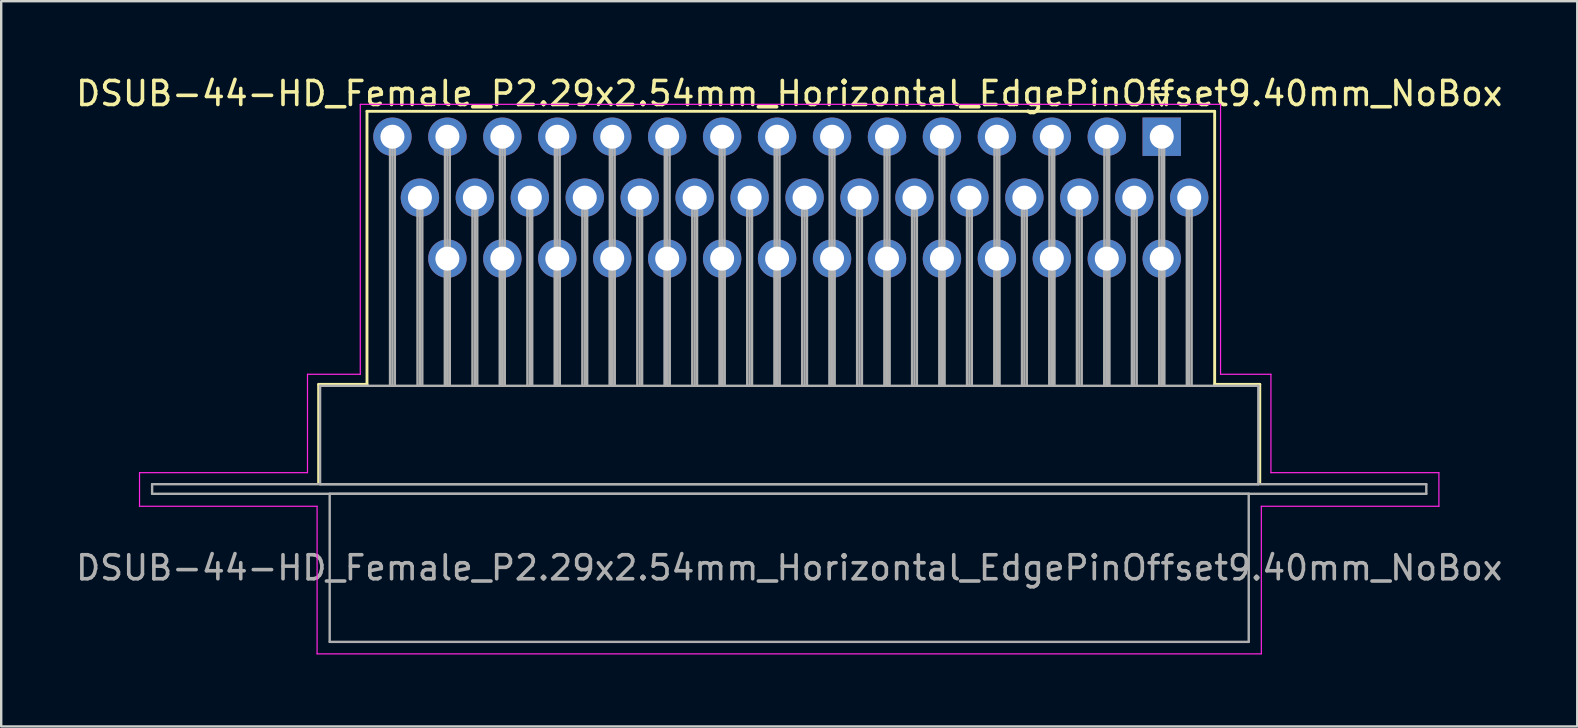
<source format=kicad_pcb>
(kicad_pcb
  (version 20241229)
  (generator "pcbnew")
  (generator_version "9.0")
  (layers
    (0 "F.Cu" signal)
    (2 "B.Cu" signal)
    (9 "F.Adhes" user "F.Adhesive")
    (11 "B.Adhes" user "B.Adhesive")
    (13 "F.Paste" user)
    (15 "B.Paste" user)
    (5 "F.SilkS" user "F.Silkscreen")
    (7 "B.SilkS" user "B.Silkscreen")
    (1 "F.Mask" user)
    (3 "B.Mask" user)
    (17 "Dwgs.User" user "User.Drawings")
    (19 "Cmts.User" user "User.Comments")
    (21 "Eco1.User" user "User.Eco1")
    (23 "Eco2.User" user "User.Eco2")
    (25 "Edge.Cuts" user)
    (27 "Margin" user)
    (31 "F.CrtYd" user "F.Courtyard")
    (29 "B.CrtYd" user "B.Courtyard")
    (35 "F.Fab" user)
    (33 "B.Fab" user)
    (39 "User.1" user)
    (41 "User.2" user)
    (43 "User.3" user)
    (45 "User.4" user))
  (footprint "DSUB-44-HD_Female_P2.29x2.54mm_Horizontal_EdgePinOffset9.40mm_NoBox"
    (layer "F.Cu")
    (at 45.364 2.648)
    (property "Reference" "DSUB-44-HD_Female_P2.29x2.54mm_Horizontal_EdgePinOffset9.40mm_NoBox" (at -15.525 -1.8 0) (layer "F.SilkS") (effects (font (size 1 1) (thickness 0.15))))
    (attr through_hole)
    (fp_line (start -35.135 10.32) (end -33.12 10.32) (stroke (width 0.12) (type solid)) (layer "F.SilkS"))
    (fp_line (start -35.135 14.42) (end -35.135 10.32) (stroke (width 0.12) (type solid)) (layer "F.SilkS"))
    (fp_line (start -33.12 -1.06) (end 2.205 -1.06) (stroke (width 0.12) (type solid)) (layer "F.SilkS"))
    (fp_line (start -33.12 10.32) (end -33.12 -1.06) (stroke (width 0.12) (type solid)) (layer "F.SilkS"))
    (fp_line (start -0.25 -1.754) (end 0.25 -1.754) (stroke (width 0.12) (type solid)) (layer "F.SilkS"))
    (fp_line (start 0 -1.321) (end -0.25 -1.754) (stroke (width 0.12) (type solid)) (layer "F.SilkS"))
    (fp_line (start 0.25 -1.754) (end 0 -1.321) (stroke (width 0.12) (type solid)) (layer "F.SilkS"))
    (fp_line (start 2.205 -1.06) (end 2.205 10.32) (stroke (width 0.12) (type solid)) (layer "F.SilkS"))
    (fp_line (start 2.205 10.32) (end 4.085 10.32) (stroke (width 0.12) (type solid)) (layer "F.SilkS"))
    (fp_line (start 4.085 10.32) (end 4.085 14.42) (stroke (width 0.12) (type solid)) (layer "F.SilkS"))
    (fp_line (start -42.6 14) (end -35.6 14) (stroke (width 0.05) (type solid)) (layer "F.CrtYd"))
    (fp_line (start -42.6 15.4) (end -42.6 14) (stroke (width 0.05) (type solid)) (layer "F.CrtYd"))
    (fp_line (start -35.6 9.9) (end -33.4 9.9) (stroke (width 0.05) (type solid)) (layer "F.CrtYd"))
    (fp_line (start -35.6 14) (end -35.6 9.9) (stroke (width 0.05) (type solid)) (layer "F.CrtYd"))
    (fp_line (start -35.2 15.4) (end -42.6 15.4) (stroke (width 0.05) (type solid)) (layer "F.CrtYd"))
    (fp_line (start -35.2 21.55) (end -35.2 15.4) (stroke (width 0.05) (type solid)) (layer "F.CrtYd"))
    (fp_line (start -33.4 -1.35) (end 2.45 -1.35) (stroke (width 0.05) (type solid)) (layer "F.CrtYd"))
    (fp_line (start -33.4 9.9) (end -33.4 -1.35) (stroke (width 0.05) (type solid)) (layer "F.CrtYd"))
    (fp_line (start 2.45 -1.35) (end 2.45 9.9) (stroke (width 0.05) (type solid)) (layer "F.CrtYd"))
    (fp_line (start 2.45 9.9) (end 4.55 9.9) (stroke (width 0.05) (type solid)) (layer "F.CrtYd"))
    (fp_line (start 4.15 15.4) (end 4.15 21.55) (stroke (width 0.05) (type solid)) (layer "F.CrtYd"))
    (fp_line (start 4.15 21.55) (end -35.2 21.55) (stroke (width 0.05) (type solid)) (layer "F.CrtYd"))
    (fp_line (start 4.55 9.9) (end 4.55 14) (stroke (width 0.05) (type solid)) (layer "F.CrtYd"))
    (fp_line (start 4.55 14) (end 11.55 14) (stroke (width 0.05) (type solid)) (layer "F.CrtYd"))
    (fp_line (start 11.55 14) (end 11.55 15.4) (stroke (width 0.05) (type solid)) (layer "F.CrtYd"))
    (fp_line (start 11.55 15.4) (end 4.15 15.4) (stroke (width 0.05) (type solid)) (layer "F.CrtYd"))
    (fp_line (start -42.075 14.48) (end -42.075 14.88) (stroke (width 0.1) (type solid)) (layer "F.Fab"))
    (fp_line (start -42.075 14.88) (end 11.025 14.88) (stroke (width 0.1) (type solid)) (layer "F.Fab"))
    (fp_line (start -35.075 10.38) (end -35.075 14.48) (stroke (width 0.1) (type solid)) (layer "F.Fab"))
    (fp_line (start -35.075 14.48) (end 4.025 14.48) (stroke (width 0.1) (type solid)) (layer "F.Fab"))
    (fp_line (start -34.675 14.88) (end -34.675 21.05) (stroke (width 0.1) (type solid)) (layer "F.Fab"))
    (fp_line (start -34.675 21.05) (end 3.625 21.05) (stroke (width 0.1) (type solid)) (layer "F.Fab"))
    (fp_line (start -32.16 0) (end -32.16 10.38) (stroke (width 0.1) (type solid)) (layer "F.Fab"))
    (fp_line (start -32.06 0) (end -32.06 10.38) (stroke (width 0.1) (type solid)) (layer "F.Fab"))
    (fp_line (start -31.96 0) (end -31.96 10.38) (stroke (width 0.1) (type solid)) (layer "F.Fab"))
    (fp_line (start -31.015 2.54) (end -31.015 10.38) (stroke (width 0.1) (type solid)) (layer "F.Fab"))
    (fp_line (start -30.915 2.54) (end -30.915 10.38) (stroke (width 0.1) (type solid)) (layer "F.Fab"))
    (fp_line (start -30.815 2.54) (end -30.815 10.38) (stroke (width 0.1) (type solid)) (layer "F.Fab"))
    (fp_line (start -29.87 0) (end -29.87 10.38) (stroke (width 0.1) (type solid)) (layer "F.Fab"))
    (fp_line (start -29.87 5.08) (end -29.87 10.38) (stroke (width 0.1) (type solid)) (layer "F.Fab"))
    (fp_line (start -29.77 0) (end -29.77 10.38) (stroke (width 0.1) (type solid)) (layer "F.Fab"))
    (fp_line (start -29.77 5.08) (end -29.77 10.38) (stroke (width 0.1) (type solid)) (layer "F.Fab"))
    (fp_line (start -29.67 0) (end -29.67 10.38) (stroke (width 0.1) (type solid)) (layer "F.Fab"))
    (fp_line (start -29.67 5.08) (end -29.67 10.38) (stroke (width 0.1) (type solid)) (layer "F.Fab"))
    (fp_line (start -28.725 2.54) (end -28.725 10.38) (stroke (width 0.1) (type solid)) (layer "F.Fab"))
    (fp_line (start -28.625 2.54) (end -28.625 10.38) (stroke (width 0.1) (type solid)) (layer "F.Fab"))
    (fp_line (start -28.525 2.54) (end -28.525 10.38) (stroke (width 0.1) (type solid)) (layer "F.Fab"))
    (fp_line (start -27.58 0) (end -27.58 10.38) (stroke (width 0.1) (type solid)) (layer "F.Fab"))
    (fp_line (start -27.58 5.08) (end -27.58 10.38) (stroke (width 0.1) (type solid)) (layer "F.Fab"))
    (fp_line (start -27.48 0) (end -27.48 10.38) (stroke (width 0.1) (type solid)) (layer "F.Fab"))
    (fp_line (start -27.48 5.08) (end -27.48 10.38) (stroke (width 0.1) (type solid)) (layer "F.Fab"))
    (fp_line (start -27.38 0) (end -27.38 10.38) (stroke (width 0.1) (type solid)) (layer "F.Fab"))
    (fp_line (start -27.38 5.08) (end -27.38 10.38) (stroke (width 0.1) (type solid)) (layer "F.Fab"))
    (fp_line (start -26.435 2.54) (end -26.435 10.38) (stroke (width 0.1) (type solid)) (layer "F.Fab"))
    (fp_line (start -26.335 2.54) (end -26.335 10.38) (stroke (width 0.1) (type solid)) (layer "F.Fab"))
    (fp_line (start -26.235 2.54) (end -26.235 10.38) (stroke (width 0.1) (type solid)) (layer "F.Fab"))
    (fp_line (start -25.29 0) (end -25.29 10.38) (stroke (width 0.1) (type solid)) (layer "F.Fab"))
    (fp_line (start -25.29 5.08) (end -25.29 10.38) (stroke (width 0.1) (type solid)) (layer "F.Fab"))
    (fp_line (start -25.19 0) (end -25.19 10.38) (stroke (width 0.1) (type solid)) (layer "F.Fab"))
    (fp_line (start -25.19 5.08) (end -25.19 10.38) (stroke (width 0.1) (type solid)) (layer "F.Fab"))
    (fp_line (start -25.09 0) (end -25.09 10.38) (stroke (width 0.1) (type solid)) (layer "F.Fab"))
    (fp_line (start -25.09 5.08) (end -25.09 10.38) (stroke (width 0.1) (type solid)) (layer "F.Fab"))
    (fp_line (start -24.145 2.54) (end -24.145 10.38) (stroke (width 0.1) (type solid)) (layer "F.Fab"))
    (fp_line (start -24.045 2.54) (end -24.045 10.38) (stroke (width 0.1) (type solid)) (layer "F.Fab"))
    (fp_line (start -23.945 2.54) (end -23.945 10.38) (stroke (width 0.1) (type solid)) (layer "F.Fab"))
    (fp_line (start -23 0) (end -23 10.38) (stroke (width 0.1) (type solid)) (layer "F.Fab"))
    (fp_line (start -23 5.08) (end -23 10.38) (stroke (width 0.1) (type solid)) (layer "F.Fab"))
    (fp_line (start -22.9 0) (end -22.9 10.38) (stroke (width 0.1) (type solid)) (layer "F.Fab"))
    (fp_line (start -22.9 5.08) (end -22.9 10.38) (stroke (width 0.1) (type solid)) (layer "F.Fab"))
    (fp_line (start -22.8 0) (end -22.8 10.38) (stroke (width 0.1) (type solid)) (layer "F.Fab"))
    (fp_line (start -22.8 5.08) (end -22.8 10.38) (stroke (width 0.1) (type solid)) (layer "F.Fab"))
    (fp_line (start -21.855 2.54) (end -21.855 10.38) (stroke (width 0.1) (type solid)) (layer "F.Fab"))
    (fp_line (start -21.755 2.54) (end -21.755 10.38) (stroke (width 0.1) (type solid)) (layer "F.Fab"))
    (fp_line (start -21.655 2.54) (end -21.655 10.38) (stroke (width 0.1) (type solid)) (layer "F.Fab"))
    (fp_line (start -20.71 0) (end -20.71 10.38) (stroke (width 0.1) (type solid)) (layer "F.Fab"))
    (fp_line (start -20.71 5.08) (end -20.71 10.38) (stroke (width 0.1) (type solid)) (layer "F.Fab"))
    (fp_line (start -20.61 0) (end -20.61 10.38) (stroke (width 0.1) (type solid)) (layer "F.Fab"))
    (fp_line (start -20.61 5.08) (end -20.61 10.38) (stroke (width 0.1) (type solid)) (layer "F.Fab"))
    (fp_line (start -20.51 0) (end -20.51 10.38) (stroke (width 0.1) (type solid)) (layer "F.Fab"))
    (fp_line (start -20.51 5.08) (end -20.51 10.38) (stroke (width 0.1) (type solid)) (layer "F.Fab"))
    (fp_line (start -19.565 2.54) (end -19.565 10.38) (stroke (width 0.1) (type solid)) (layer "F.Fab"))
    (fp_line (start -19.465 2.54) (end -19.465 10.38) (stroke (width 0.1) (type solid)) (layer "F.Fab"))
    (fp_line (start -19.365 2.54) (end -19.365 10.38) (stroke (width 0.1) (type solid)) (layer "F.Fab"))
    (fp_line (start -18.42 0) (end -18.42 10.38) (stroke (width 0.1) (type solid)) (layer "F.Fab"))
    (fp_line (start -18.42 5.08) (end -18.42 10.38) (stroke (width 0.1) (type solid)) (layer "F.Fab"))
    (fp_line (start -18.32 0) (end -18.32 10.38) (stroke (width 0.1) (type solid)) (layer "F.Fab"))
    (fp_line (start -18.32 5.08) (end -18.32 10.38) (stroke (width 0.1) (type solid)) (layer "F.Fab"))
    (fp_line (start -18.22 0) (end -18.22 10.38) (stroke (width 0.1) (type solid)) (layer "F.Fab"))
    (fp_line (start -18.22 5.08) (end -18.22 10.38) (stroke (width 0.1) (type solid)) (layer "F.Fab"))
    (fp_line (start -17.275 2.54) (end -17.275 10.38) (stroke (width 0.1) (type solid)) (layer "F.Fab"))
    (fp_line (start -17.175 2.54) (end -17.175 10.38) (stroke (width 0.1) (type solid)) (layer "F.Fab"))
    (fp_line (start -17.075 2.54) (end -17.075 10.38) (stroke (width 0.1) (type solid)) (layer "F.Fab"))
    (fp_line (start -16.13 0) (end -16.13 10.38) (stroke (width 0.1) (type solid)) (layer "F.Fab"))
    (fp_line (start -16.13 5.08) (end -16.13 10.38) (stroke (width 0.1) (type solid)) (layer "F.Fab"))
    (fp_line (start -16.03 0) (end -16.03 10.38) (stroke (width 0.1) (type solid)) (layer "F.Fab"))
    (fp_line (start -16.03 5.08) (end -16.03 10.38) (stroke (width 0.1) (type solid)) (layer "F.Fab"))
    (fp_line (start -15.93 0) (end -15.93 10.38) (stroke (width 0.1) (type solid)) (layer "F.Fab"))
    (fp_line (start -15.93 5.08) (end -15.93 10.38) (stroke (width 0.1) (type solid)) (layer "F.Fab"))
    (fp_line (start -14.985 2.54) (end -14.985 10.38) (stroke (width 0.1) (type solid)) (layer "F.Fab"))
    (fp_line (start -14.885 2.54) (end -14.885 10.38) (stroke (width 0.1) (type solid)) (layer "F.Fab"))
    (fp_line (start -14.785 2.54) (end -14.785 10.38) (stroke (width 0.1) (type solid)) (layer "F.Fab"))
    (fp_line (start -13.84 0) (end -13.84 10.38) (stroke (width 0.1) (type solid)) (layer "F.Fab"))
    (fp_line (start -13.84 5.08) (end -13.84 10.38) (stroke (width 0.1) (type solid)) (layer "F.Fab"))
    (fp_line (start -13.74 0) (end -13.74 10.38) (stroke (width 0.1) (type solid)) (layer "F.Fab"))
    (fp_line (start -13.74 5.08) (end -13.74 10.38) (stroke (width 0.1) (type solid)) (layer "F.Fab"))
    (fp_line (start -13.64 0) (end -13.64 10.38) (stroke (width 0.1) (type solid)) (layer "F.Fab"))
    (fp_line (start -13.64 5.08) (end -13.64 10.38) (stroke (width 0.1) (type solid)) (layer "F.Fab"))
    (fp_line (start -12.695 2.54) (end -12.695 10.38) (stroke (width 0.1) (type solid)) (layer "F.Fab"))
    (fp_line (start -12.595 2.54) (end -12.595 10.38) (stroke (width 0.1) (type solid)) (layer "F.Fab"))
    (fp_line (start -12.495 2.54) (end -12.495 10.38) (stroke (width 0.1) (type solid)) (layer "F.Fab"))
    (fp_line (start -11.55 0) (end -11.55 10.38) (stroke (width 0.1) (type solid)) (layer "F.Fab"))
    (fp_line (start -11.55 5.08) (end -11.55 10.38) (stroke (width 0.1) (type solid)) (layer "F.Fab"))
    (fp_line (start -11.45 0) (end -11.45 10.38) (stroke (width 0.1) (type solid)) (layer "F.Fab"))
    (fp_line (start -11.45 5.08) (end -11.45 10.38) (stroke (width 0.1) (type solid)) (layer "F.Fab"))
    (fp_line (start -11.35 0) (end -11.35 10.38) (stroke (width 0.1) (type solid)) (layer "F.Fab"))
    (fp_line (start -11.35 5.08) (end -11.35 10.38) (stroke (width 0.1) (type solid)) (layer "F.Fab"))
    (fp_line (start -10.405 2.54) (end -10.405 10.38) (stroke (width 0.1) (type solid)) (layer "F.Fab"))
    (fp_line (start -10.305 2.54) (end -10.305 10.38) (stroke (width 0.1) (type solid)) (layer "F.Fab"))
    (fp_line (start -10.205 2.54) (end -10.205 10.38) (stroke (width 0.1) (type solid)) (layer "F.Fab"))
    (fp_line (start -9.26 0) (end -9.26 10.38) (stroke (width 0.1) (type solid)) (layer "F.Fab"))
    (fp_line (start -9.26 5.08) (end -9.26 10.38) (stroke (width 0.1) (type solid)) (layer "F.Fab"))
    (fp_line (start -9.16 0) (end -9.16 10.38) (stroke (width 0.1) (type solid)) (layer "F.Fab"))
    (fp_line (start -9.16 5.08) (end -9.16 10.38) (stroke (width 0.1) (type solid)) (layer "F.Fab"))
    (fp_line (start -9.06 0) (end -9.06 10.38) (stroke (width 0.1) (type solid)) (layer "F.Fab"))
    (fp_line (start -9.06 5.08) (end -9.06 10.38) (stroke (width 0.1) (type solid)) (layer "F.Fab"))
    (fp_line (start -8.115 2.54) (end -8.115 10.38) (stroke (width 0.1) (type solid)) (layer "F.Fab"))
    (fp_line (start -8.015 2.54) (end -8.015 10.38) (stroke (width 0.1) (type solid)) (layer "F.Fab"))
    (fp_line (start -7.915 2.54) (end -7.915 10.38) (stroke (width 0.1) (type solid)) (layer "F.Fab"))
    (fp_line (start -6.97 0) (end -6.97 10.38) (stroke (width 0.1) (type solid)) (layer "F.Fab"))
    (fp_line (start -6.97 5.08) (end -6.97 10.38) (stroke (width 0.1) (type solid)) (layer "F.Fab"))
    (fp_line (start -6.87 0) (end -6.87 10.38) (stroke (width 0.1) (type solid)) (layer "F.Fab"))
    (fp_line (start -6.87 5.08) (end -6.87 10.38) (stroke (width 0.1) (type solid)) (layer "F.Fab"))
    (fp_line (start -6.77 0) (end -6.77 10.38) (stroke (width 0.1) (type solid)) (layer "F.Fab"))
    (fp_line (start -6.77 5.08) (end -6.77 10.38) (stroke (width 0.1) (type solid)) (layer "F.Fab"))
    (fp_line (start -5.825 2.54) (end -5.825 10.38) (stroke (width 0.1) (type solid)) (layer "F.Fab"))
    (fp_line (start -5.725 2.54) (end -5.725 10.38) (stroke (width 0.1) (type solid)) (layer "F.Fab"))
    (fp_line (start -5.625 2.54) (end -5.625 10.38) (stroke (width 0.1) (type solid)) (layer "F.Fab"))
    (fp_line (start -4.68 0) (end -4.68 10.38) (stroke (width 0.1) (type solid)) (layer "F.Fab"))
    (fp_line (start -4.68 5.08) (end -4.68 10.38) (stroke (width 0.1) (type solid)) (layer "F.Fab"))
    (fp_line (start -4.58 0) (end -4.58 10.38) (stroke (width 0.1) (type solid)) (layer "F.Fab"))
    (fp_line (start -4.58 5.08) (end -4.58 10.38) (stroke (width 0.1) (type solid)) (layer "F.Fab"))
    (fp_line (start -4.48 0) (end -4.48 10.38) (stroke (width 0.1) (type solid)) (layer "F.Fab"))
    (fp_line (start -4.48 5.08) (end -4.48 10.38) (stroke (width 0.1) (type solid)) (layer "F.Fab"))
    (fp_line (start -3.535 2.54) (end -3.535 10.38) (stroke (width 0.1) (type solid)) (layer "F.Fab"))
    (fp_line (start -3.435 2.54) (end -3.435 10.38) (stroke (width 0.1) (type solid)) (layer "F.Fab"))
    (fp_line (start -3.335 2.54) (end -3.335 10.38) (stroke (width 0.1) (type solid)) (layer "F.Fab"))
    (fp_line (start -2.39 0) (end -2.39 10.38) (stroke (width 0.1) (type solid)) (layer "F.Fab"))
    (fp_line (start -2.39 5.08) (end -2.39 10.38) (stroke (width 0.1) (type solid)) (layer "F.Fab"))
    (fp_line (start -2.29 0) (end -2.29 10.38) (stroke (width 0.1) (type solid)) (layer "F.Fab"))
    (fp_line (start -2.29 5.08) (end -2.29 10.38) (stroke (width 0.1) (type solid)) (layer "F.Fab"))
    (fp_line (start -2.19 0) (end -2.19 10.38) (stroke (width 0.1) (type solid)) (layer "F.Fab"))
    (fp_line (start -2.19 5.08) (end -2.19 10.38) (stroke (width 0.1) (type solid)) (layer "F.Fab"))
    (fp_line (start -1.245 2.54) (end -1.245 10.38) (stroke (width 0.1) (type solid)) (layer "F.Fab"))
    (fp_line (start -1.145 2.54) (end -1.145 10.38) (stroke (width 0.1) (type solid)) (layer "F.Fab"))
    (fp_line (start -1.045 2.54) (end -1.045 10.38) (stroke (width 0.1) (type solid)) (layer "F.Fab"))
    (fp_line (start -0.1 0) (end -0.1 10.38) (stroke (width 0.1) (type solid)) (layer "F.Fab"))
    (fp_line (start -0.1 5.08) (end -0.1 10.38) (stroke (width 0.1) (type solid)) (layer "F.Fab"))
    (fp_line (start 0 0) (end 0 10.38) (stroke (width 0.1) (type solid)) (layer "F.Fab"))
    (fp_line (start 0 5.08) (end 0 10.38) (stroke (width 0.1) (type solid)) (layer "F.Fab"))
    (fp_line (start 0.1 0) (end 0.1 10.38) (stroke (width 0.1) (type solid)) (layer "F.Fab"))
    (fp_line (start 0.1 5.08) (end 0.1 10.38) (stroke (width 0.1) (type solid)) (layer "F.Fab"))
    (fp_line (start 1.045 2.54) (end 1.045 10.38) (stroke (width 0.1) (type solid)) (layer "F.Fab"))
    (fp_line (start 1.145 2.54) (end 1.145 10.38) (stroke (width 0.1) (type solid)) (layer "F.Fab"))
    (fp_line (start 1.245 2.54) (end 1.245 10.38) (stroke (width 0.1) (type solid)) (layer "F.Fab"))
    (fp_line (start 3.625 14.88) (end -34.675 14.88) (stroke (width 0.1) (type solid)) (layer "F.Fab"))
    (fp_line (start 3.625 21.05) (end 3.625 14.88) (stroke (width 0.1) (type solid)) (layer "F.Fab"))
    (fp_line (start 4.025 10.38) (end -35.075 10.38) (stroke (width 0.1) (type solid)) (layer "F.Fab"))
    (fp_line (start 4.025 14.48) (end 4.025 10.38) (stroke (width 0.1) (type solid)) (layer "F.Fab"))
    (fp_line (start 11.025 14.48) (end -42.075 14.48) (stroke (width 0.1) (type solid)) (layer "F.Fab"))
    (fp_line (start 11.025 14.88) (end 11.025 14.48) (stroke (width 0.1) (type solid)) (layer "F.Fab"))
    (fp_text user "${REFERENCE}" (at -15.525 17.965 0) (layer "F.Fab") (effects (font (size 1 1) (thickness 0.15))))
    (pad "1" thru_hole rect (at 0 0) (size 1.6 1.6) (drill 1) (layers "*.Cu" "*.Mask"))
    (pad "2" thru_hole circle (at -2.29 0) (size 1.6 1.6) (drill 1) (layers "*.Cu" "*.Mask"))
    (pad "3" thru_hole circle (at -4.58 0) (size 1.6 1.6) (drill 1) (layers "*.Cu" "*.Mask"))
    (pad "4" thru_hole circle (at -6.87 0) (size 1.6 1.6) (drill 1) (layers "*.Cu" "*.Mask"))
    (pad "5" thru_hole circle (at -9.16 0) (size 1.6 1.6) (drill 1) (layers "*.Cu" "*.Mask"))
    (pad "6" thru_hole circle (at -11.45 0) (size 1.6 1.6) (drill 1) (layers "*.Cu" "*.Mask"))
    (pad "7" thru_hole circle (at -13.74 0) (size 1.6 1.6) (drill 1) (layers "*.Cu" "*.Mask"))
    (pad "8" thru_hole circle (at -16.03 0) (size 1.6 1.6) (drill 1) (layers "*.Cu" "*.Mask"))
    (pad "9" thru_hole circle (at -18.32 0) (size 1.6 1.6) (drill 1) (layers "*.Cu" "*.Mask"))
    (pad "10" thru_hole circle (at -20.61 0) (size 1.6 1.6) (drill 1) (layers "*.Cu" "*.Mask"))
    (pad "11" thru_hole circle (at -22.9 0) (size 1.6 1.6) (drill 1) (layers "*.Cu" "*.Mask"))
    (pad "12" thru_hole circle (at -25.19 0) (size 1.6 1.6) (drill 1) (layers "*.Cu" "*.Mask"))
    (pad "13" thru_hole circle (at -27.48 0) (size 1.6 1.6) (drill 1) (layers "*.Cu" "*.Mask"))
    (pad "14" thru_hole circle (at -29.77 0) (size 1.6 1.6) (drill 1) (layers "*.Cu" "*.Mask"))
    (pad "15" thru_hole circle (at -32.06 0) (size 1.6 1.6) (drill 1) (layers "*.Cu" "*.Mask"))
    (pad "16" thru_hole circle (at 1.145 2.54) (size 1.6 1.6) (drill 1) (layers "*.Cu" "*.Mask"))
    (pad "17" thru_hole circle (at -1.145 2.54) (size 1.6 1.6) (drill 1) (layers "*.Cu" "*.Mask"))
    (pad "18" thru_hole circle (at -3.435 2.54) (size 1.6 1.6) (drill 1) (layers "*.Cu" "*.Mask"))
    (pad "19" thru_hole circle (at -5.725 2.54) (size 1.6 1.6) (drill 1) (layers "*.Cu" "*.Mask"))
    (pad "20" thru_hole circle (at -8.015 2.54) (size 1.6 1.6) (drill 1) (layers "*.Cu" "*.Mask"))
    (pad "21" thru_hole circle (at -10.305 2.54) (size 1.6 1.6) (drill 1) (layers "*.Cu" "*.Mask"))
    (pad "22" thru_hole circle (at -12.595 2.54) (size 1.6 1.6) (drill 1) (layers "*.Cu" "*.Mask"))
    (pad "23" thru_hole circle (at -14.885 2.54) (size 1.6 1.6) (drill 1) (layers "*.Cu" "*.Mask"))
    (pad "24" thru_hole circle (at -17.175 2.54) (size 1.6 1.6) (drill 1) (layers "*.Cu" "*.Mask"))
    (pad "25" thru_hole circle (at -19.465 2.54) (size 1.6 1.6) (drill 1) (layers "*.Cu" "*.Mask"))
    (pad "26" thru_hole circle (at -21.755 2.54) (size 1.6 1.6) (drill 1) (layers "*.Cu" "*.Mask"))
    (pad "27" thru_hole circle (at -24.045 2.54) (size 1.6 1.6) (drill 1) (layers "*.Cu" "*.Mask"))
    (pad "28" thru_hole circle (at -26.335 2.54) (size 1.6 1.6) (drill 1) (layers "*.Cu" "*.Mask"))
    (pad "29" thru_hole circle (at -28.625 2.54) (size 1.6 1.6) (drill 1) (layers "*.Cu" "*.Mask"))
    (pad "30" thru_hole circle (at -30.915 2.54) (size 1.6 1.6) (drill 1) (layers "*.Cu" "*.Mask"))
    (pad "31" thru_hole circle (at 0 5.08) (size 1.6 1.6) (drill 1) (layers "*.Cu" "*.Mask"))
    (pad "32" thru_hole circle (at -2.29 5.08) (size 1.6 1.6) (drill 1) (layers "*.Cu" "*.Mask"))
    (pad "33" thru_hole circle (at -4.58 5.08) (size 1.6 1.6) (drill 1) (layers "*.Cu" "*.Mask"))
    (pad "34" thru_hole circle (at -6.87 5.08) (size 1.6 1.6) (drill 1) (layers "*.Cu" "*.Mask"))
    (pad "35" thru_hole circle (at -9.16 5.08) (size 1.6 1.6) (drill 1) (layers "*.Cu" "*.Mask"))
    (pad "36" thru_hole circle (at -11.45 5.08) (size 1.6 1.6) (drill 1) (layers "*.Cu" "*.Mask"))
    (pad "37" thru_hole circle (at -13.74 5.08) (size 1.6 1.6) (drill 1) (layers "*.Cu" "*.Mask"))
    (pad "38" thru_hole circle (at -16.03 5.08) (size 1.6 1.6) (drill 1) (layers "*.Cu" "*.Mask"))
    (pad "39" thru_hole circle (at -18.32 5.08) (size 1.6 1.6) (drill 1) (layers "*.Cu" "*.Mask"))
    (pad "40" thru_hole circle (at -20.61 5.08) (size 1.6 1.6) (drill 1) (layers "*.Cu" "*.Mask"))
    (pad "41" thru_hole circle (at -22.9 5.08) (size 1.6 1.6) (drill 1) (layers "*.Cu" "*.Mask"))
    (pad "42" thru_hole circle (at -25.19 5.08) (size 1.6 1.6) (drill 1) (layers "*.Cu" "*.Mask"))
    (pad "43" thru_hole circle (at -27.48 5.08) (size 1.6 1.6) (drill 1) (layers "*.Cu" "*.Mask"))
    (pad "44" thru_hole circle (at -29.77 5.08) (size 1.6 1.6) (drill 1) (layers "*.Cu" "*.Mask")))
  (gr_rect
    (start -3 -3)
    (end 62.679 27.223)
    (stroke (width 0.1) (type default))
    (fill no)
    (layer "Edge.Cuts")))
</source>
